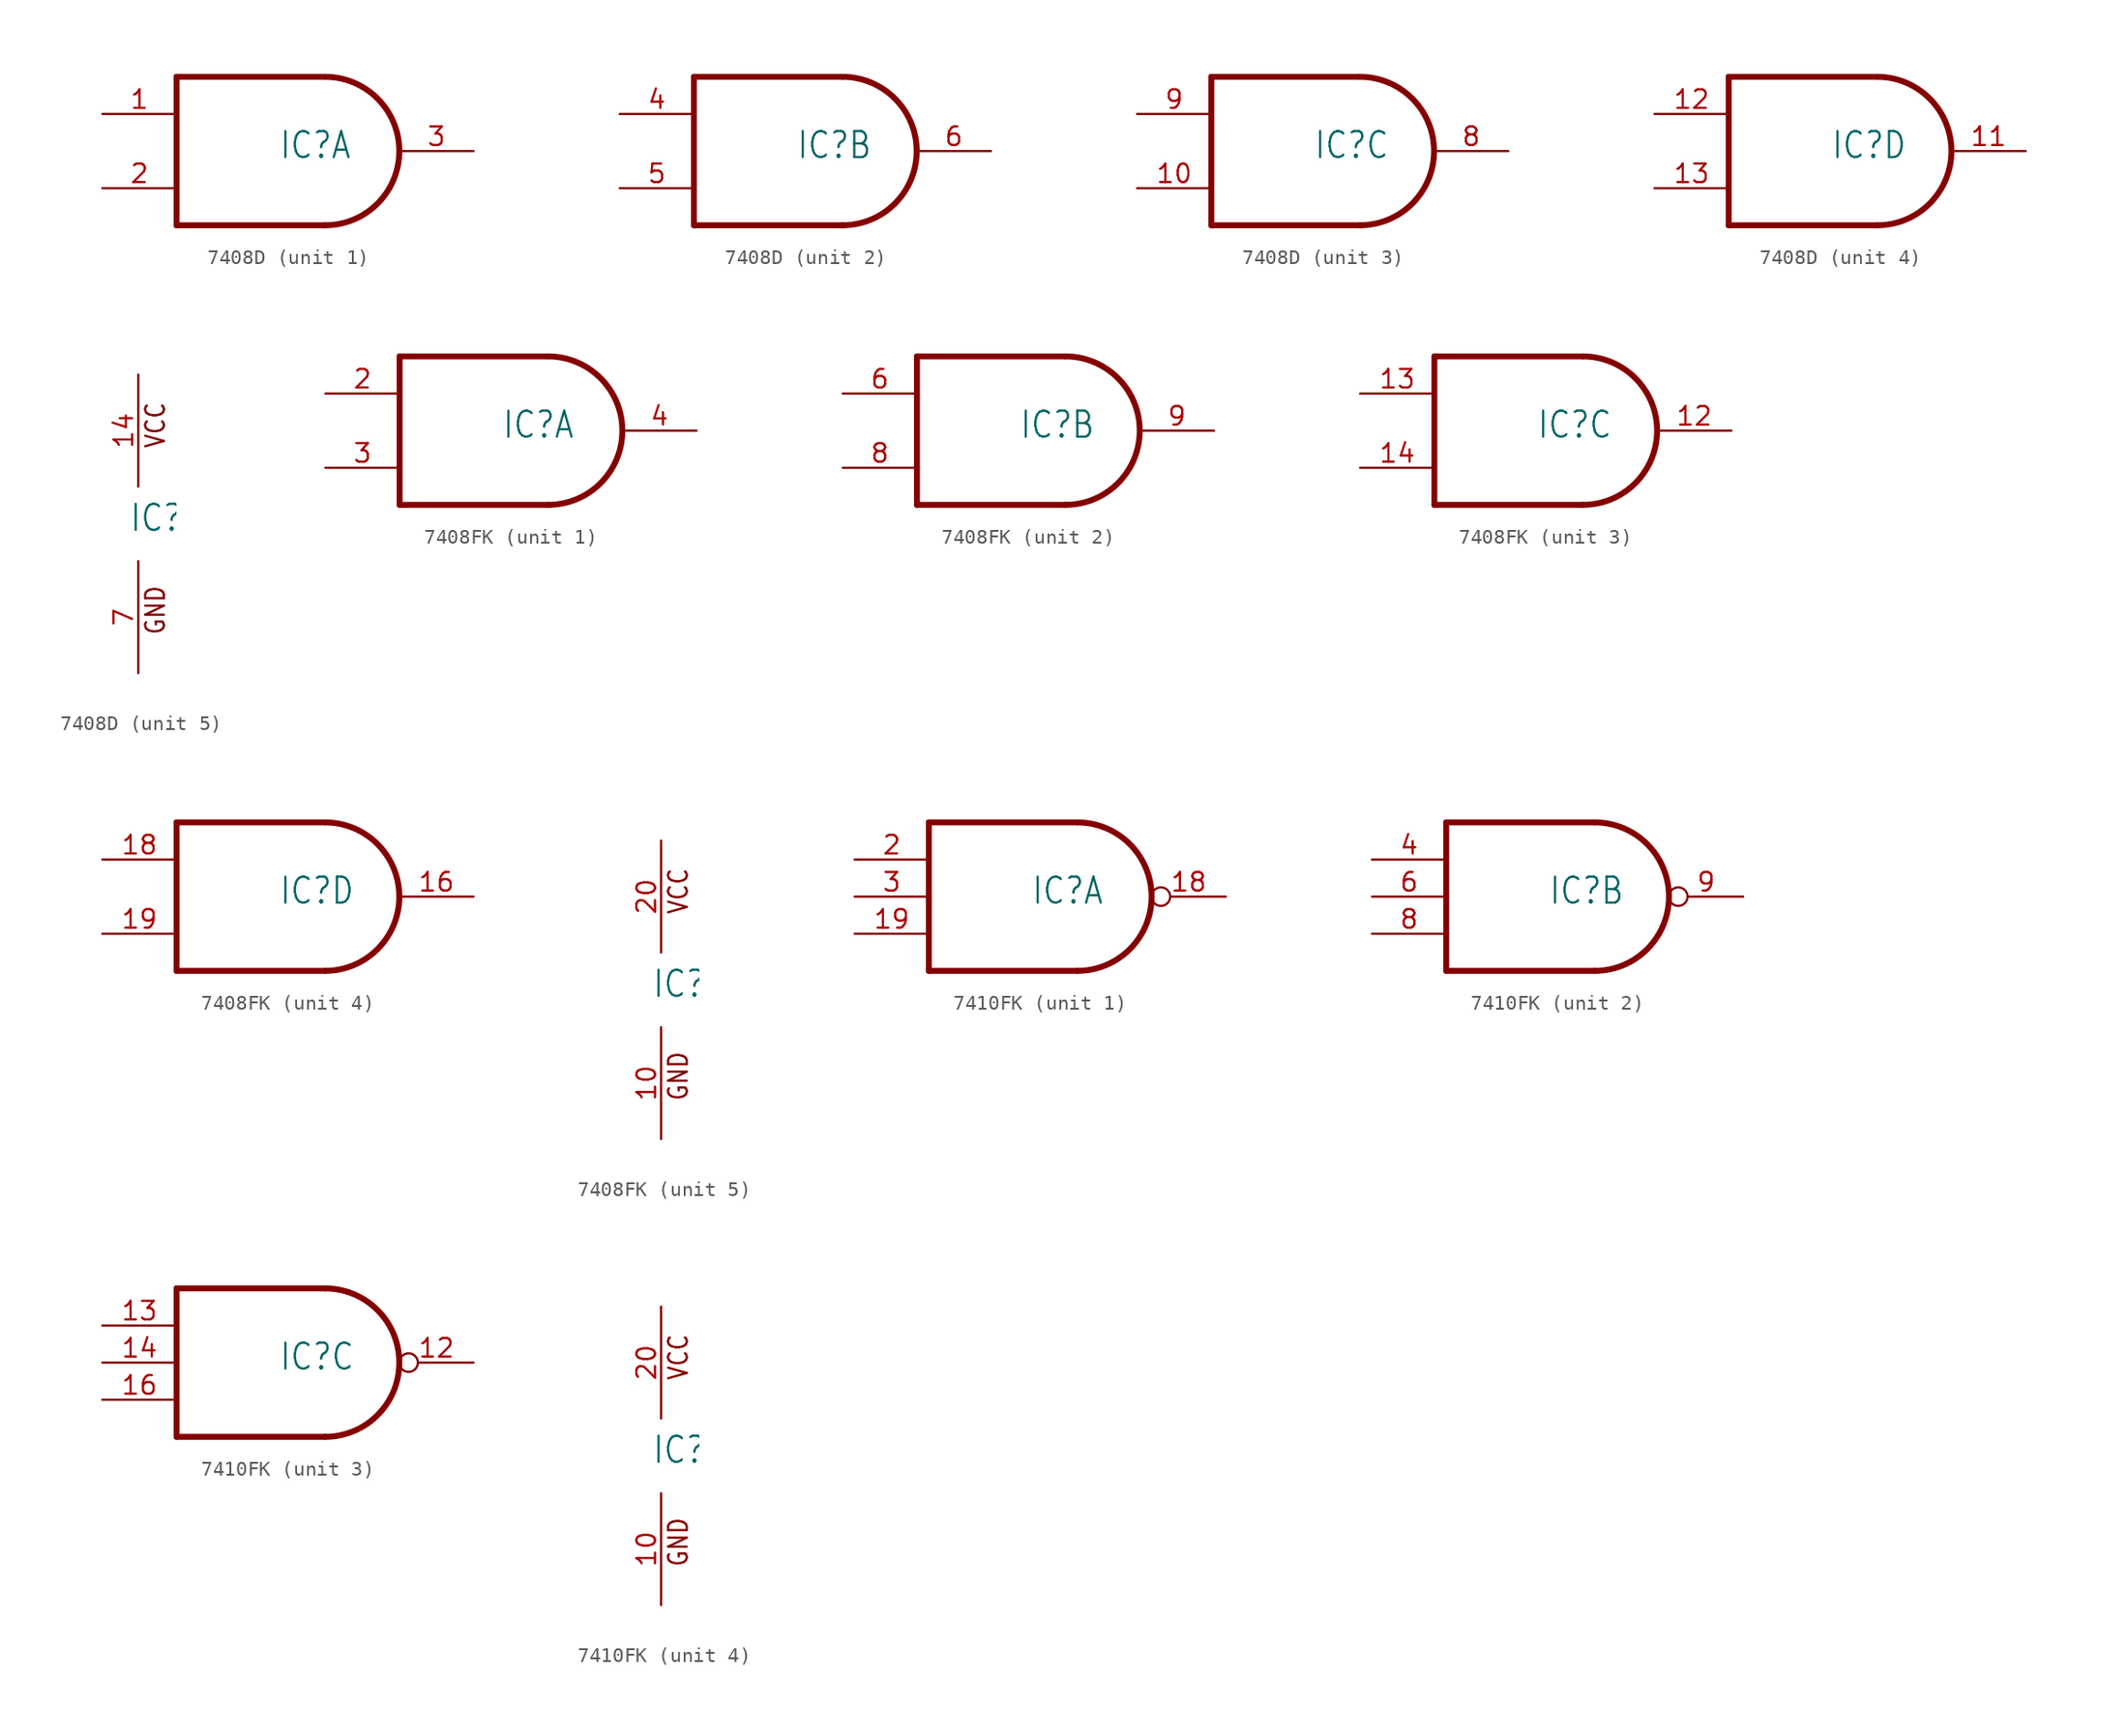
<source format=kicad_sym>
(kicad_symbol_lib
  (version 20231120)
  (generator "kicad_symbol_editor")
  (generator_version "8.0")
  (symbol "7408D"
    (property "Reference" "IC"
      (at -0.635 -0.635 0)
      (effects (font (size 1.778 1.511)) (justify left bottom)))
    (property "ki_locked" ""
      (at 0 0 0)
      (effects (font (size 1.27 1.27))))
    (symbol "7408D_1_0"
      (polyline (pts (xy -7.62 -5.08) (xy 2.54 -5.08)) (stroke (width 0.406) (type solid)) (fill (type none)))
      (polyline (pts (xy -7.62 5.08) (xy -7.62 -5.08)) (stroke (width 0.406) (type solid)) (fill (type none)))
      (polyline (pts (xy 2.54 5.08) (xy -7.62 5.08)) (stroke (width 0.406) (type solid)) (fill (type none)))
      (arc (start 2.5398 -5.08) (mid 7.5977 -0.0001) (end 2.54 5.08) (stroke (width 0.4064) (type solid)) (fill (type none)))
      (pin input line (at -12.7 2.54 0) (length 5.08) (name "I0" (effects (font (size 0 0)))) (number "1" (effects (font (size 1.27 1.27)))))
      (pin input line (at -12.7 -2.54 0) (length 5.08) (name "I1" (effects (font (size 0 0)))) (number "2" (effects (font (size 1.27 1.27)))))
      (pin output line (at 12.7 0 180) (length 5.08) (name "O" (effects (font (size 0 0)))) (number "3" (effects (font (size 1.27 1.27))))))
    (symbol "7408D_2_0"
      (polyline (pts (xy -7.62 -5.08) (xy 2.54 -5.08)) (stroke (width 0.406) (type solid)) (fill (type none)))
      (polyline (pts (xy -7.62 5.08) (xy -7.62 -5.08)) (stroke (width 0.406) (type solid)) (fill (type none)))
      (polyline (pts (xy 2.54 5.08) (xy -7.62 5.08)) (stroke (width 0.406) (type solid)) (fill (type none)))
      (arc (start 2.5398 -5.08) (mid 7.5977 -0.0001) (end 2.54 5.08) (stroke (width 0.4064) (type solid)) (fill (type none)))
      (pin input line (at -12.7 2.54 0) (length 5.08) (name "I0" (effects (font (size 0 0)))) (number "4" (effects (font (size 1.27 1.27)))))
      (pin input line (at -12.7 -2.54 0) (length 5.08) (name "I1" (effects (font (size 0 0)))) (number "5" (effects (font (size 1.27 1.27)))))
      (pin output line (at 12.7 0 180) (length 5.08) (name "O" (effects (font (size 0 0)))) (number "6" (effects (font (size 1.27 1.27))))))
    (symbol "7408D_3_0"
      (polyline (pts (xy -7.62 -5.08) (xy 2.54 -5.08)) (stroke (width 0.406) (type solid)) (fill (type none)))
      (polyline (pts (xy -7.62 5.08) (xy -7.62 -5.08)) (stroke (width 0.406) (type solid)) (fill (type none)))
      (polyline (pts (xy 2.54 5.08) (xy -7.62 5.08)) (stroke (width 0.406) (type solid)) (fill (type none)))
      (arc (start 2.5398 -5.08) (mid 7.5977 -0.0001) (end 2.54 5.08) (stroke (width 0.4064) (type solid)) (fill (type none)))
      (pin input line (at -12.7 -2.54 0) (length 5.08) (name "I1" (effects (font (size 0 0)))) (number "10" (effects (font (size 1.27 1.27)))))
      (pin output line (at 12.7 0 180) (length 5.08) (name "O" (effects (font (size 0 0)))) (number "8" (effects (font (size 1.27 1.27)))))
      (pin input line (at -12.7 2.54 0) (length 5.08) (name "I0" (effects (font (size 0 0)))) (number "9" (effects (font (size 1.27 1.27))))))
    (symbol "7408D_4_0"
      (polyline (pts (xy -7.62 -5.08) (xy 2.54 -5.08)) (stroke (width 0.406) (type solid)) (fill (type none)))
      (polyline (pts (xy -7.62 5.08) (xy -7.62 -5.08)) (stroke (width 0.406) (type solid)) (fill (type none)))
      (polyline (pts (xy 2.54 5.08) (xy -7.62 5.08)) (stroke (width 0.406) (type solid)) (fill (type none)))
      (arc (start 2.5398 -5.08) (mid 7.5977 -0.0001) (end 2.54 5.08) (stroke (width 0.4064) (type solid)) (fill (type none)))
      (pin output line (at 12.7 0 180) (length 5.08) (name "O" (effects (font (size 0 0)))) (number "11" (effects (font (size 1.27 1.27)))))
      (pin input line (at -12.7 2.54 0) (length 5.08) (name "I0" (effects (font (size 0 0)))) (number "12" (effects (font (size 1.27 1.27)))))
      (pin input line (at -12.7 -2.54 0) (length 5.08) (name "I1" (effects (font (size 0 0)))) (number "13" (effects (font (size 1.27 1.27))))))
    (symbol "7408D_5_0"
      (text "GND" (at 1.905 -7.62 900) (effects (font (size 1.27 1.079)) (justify left bottom)))
      (text "VCC" (at 1.905 5.08 900) (effects (font (size 1.27 1.079)) (justify left bottom)))
      (pin power_in line (at 0 10.16 270) (length 7.62) (name "VCC" (effects (font (size 0 0)))) (number "14" (effects (font (size 1.27 1.27)))))
      (pin power_in line (at 0 -10.16 90) (length 7.62) (name "GND" (effects (font (size 0 0)))) (number "7" (effects (font (size 1.27 1.27)))))))
  (symbol "7408FK"
    (property "Reference" "IC"
      (at -0.635 -0.635 0)
      (effects (font (size 1.778 1.511)) (justify left bottom)))
    (property "ki_locked" ""
      (at 0 0 0)
      (effects (font (size 1.27 1.27))))
    (symbol "7408FK_1_0"
      (polyline (pts (xy -7.62 -5.08) (xy 2.54 -5.08)) (stroke (width 0.406) (type solid)) (fill (type none)))
      (polyline (pts (xy -7.62 5.08) (xy -7.62 -5.08)) (stroke (width 0.406) (type solid)) (fill (type none)))
      (polyline (pts (xy 2.54 5.08) (xy -7.62 5.08)) (stroke (width 0.406) (type solid)) (fill (type none)))
      (arc (start 2.5398 -5.08) (mid 7.5977 -0.0001) (end 2.54 5.08) (stroke (width 0.4064) (type solid)) (fill (type none)))
      (pin input line (at -12.7 2.54 0) (length 5.08) (name "I0" (effects (font (size 0 0)))) (number "2" (effects (font (size 1.27 1.27)))))
      (pin input line (at -12.7 -2.54 0) (length 5.08) (name "I1" (effects (font (size 0 0)))) (number "3" (effects (font (size 1.27 1.27)))))
      (pin output line (at 12.7 0 180) (length 5.08) (name "O" (effects (font (size 0 0)))) (number "4" (effects (font (size 1.27 1.27))))))
    (symbol "7408FK_2_0"
      (polyline (pts (xy -7.62 -5.08) (xy 2.54 -5.08)) (stroke (width 0.406) (type solid)) (fill (type none)))
      (polyline (pts (xy -7.62 5.08) (xy -7.62 -5.08)) (stroke (width 0.406) (type solid)) (fill (type none)))
      (polyline (pts (xy 2.54 5.08) (xy -7.62 5.08)) (stroke (width 0.406) (type solid)) (fill (type none)))
      (arc (start 2.5398 -5.08) (mid 7.5977 -0.0001) (end 2.54 5.08) (stroke (width 0.4064) (type solid)) (fill (type none)))
      (pin input line (at -12.7 2.54 0) (length 5.08) (name "I0" (effects (font (size 0 0)))) (number "6" (effects (font (size 1.27 1.27)))))
      (pin input line (at -12.7 -2.54 0) (length 5.08) (name "I1" (effects (font (size 0 0)))) (number "8" (effects (font (size 1.27 1.27)))))
      (pin output line (at 12.7 0 180) (length 5.08) (name "O" (effects (font (size 0 0)))) (number "9" (effects (font (size 1.27 1.27))))))
    (symbol "7408FK_3_0"
      (polyline (pts (xy -7.62 -5.08) (xy 2.54 -5.08)) (stroke (width 0.406) (type solid)) (fill (type none)))
      (polyline (pts (xy -7.62 5.08) (xy -7.62 -5.08)) (stroke (width 0.406) (type solid)) (fill (type none)))
      (polyline (pts (xy 2.54 5.08) (xy -7.62 5.08)) (stroke (width 0.406) (type solid)) (fill (type none)))
      (arc (start 2.5398 -5.08) (mid 7.5977 -0.0001) (end 2.54 5.08) (stroke (width 0.4064) (type solid)) (fill (type none)))
      (pin output line (at 12.7 0 180) (length 5.08) (name "O" (effects (font (size 0 0)))) (number "12" (effects (font (size 1.27 1.27)))))
      (pin input line (at -12.7 2.54 0) (length 5.08) (name "I0" (effects (font (size 0 0)))) (number "13" (effects (font (size 1.27 1.27)))))
      (pin input line (at -12.7 -2.54 0) (length 5.08) (name "I1" (effects (font (size 0 0)))) (number "14" (effects (font (size 1.27 1.27))))))
    (symbol "7408FK_4_0"
      (polyline (pts (xy -7.62 -5.08) (xy 2.54 -5.08)) (stroke (width 0.406) (type solid)) (fill (type none)))
      (polyline (pts (xy -7.62 5.08) (xy -7.62 -5.08)) (stroke (width 0.406) (type solid)) (fill (type none)))
      (polyline (pts (xy 2.54 5.08) (xy -7.62 5.08)) (stroke (width 0.406) (type solid)) (fill (type none)))
      (arc (start 2.5398 -5.08) (mid 7.5977 -0.0001) (end 2.54 5.08) (stroke (width 0.4064) (type solid)) (fill (type none)))
      (pin output line (at 12.7 0 180) (length 5.08) (name "O" (effects (font (size 0 0)))) (number "16" (effects (font (size 1.27 1.27)))))
      (pin input line (at -12.7 2.54 0) (length 5.08) (name "I0" (effects (font (size 0 0)))) (number "18" (effects (font (size 1.27 1.27)))))
      (pin input line (at -12.7 -2.54 0) (length 5.08) (name "I1" (effects (font (size 0 0)))) (number "19" (effects (font (size 1.27 1.27))))))
    (symbol "7408FK_5_0"
      (text "GND" (at 1.905 -7.62 900) (effects (font (size 1.27 1.079)) (justify left bottom)))
      (text "VCC" (at 1.905 5.08 900) (effects (font (size 1.27 1.079)) (justify left bottom)))
      (pin power_in line (at 0 -10.16 90) (length 7.62) (name "GND" (effects (font (size 0 0)))) (number "10" (effects (font (size 1.27 1.27)))))
      (pin power_in line (at 0 10.16 270) (length 7.62) (name "VCC" (effects (font (size 0 0)))) (number "20" (effects (font (size 1.27 1.27)))))))
  (symbol "7410FK"
    (property "Reference" "IC"
      (at -0.635 -0.635 0)
      (effects (font (size 1.778 1.511)) (justify left bottom)))
    (property "ki_locked" ""
      (at 0 0 0)
      (effects (font (size 1.27 1.27))))
    (symbol "7410FK_1_0"
      (polyline (pts (xy -7.62 -5.08) (xy 2.54 -5.08)) (stroke (width 0.406) (type solid)) (fill (type none)))
      (polyline (pts (xy -7.62 5.08) (xy -7.62 -5.08)) (stroke (width 0.406) (type solid)) (fill (type none)))
      (polyline (pts (xy 2.54 5.08) (xy -7.62 5.08)) (stroke (width 0.406) (type solid)) (fill (type none)))
      (arc (start 2.5398 -5.08) (mid 7.5977 -0.0001) (end 2.54 5.08) (stroke (width 0.4064) (type solid)) (fill (type none)))
      (pin output inverted (at 12.7 0 180) (length 5.08) (name "O" (effects (font (size 0 0)))) (number "18" (effects (font (size 1.27 1.27)))))
      (pin input line (at -12.7 -2.54 0) (length 5.08) (name "I2" (effects (font (size 0 0)))) (number "19" (effects (font (size 1.27 1.27)))))
      (pin input line (at -12.7 2.54 0) (length 5.08) (name "I0" (effects (font (size 0 0)))) (number "2" (effects (font (size 1.27 1.27)))))
      (pin input line (at -12.7 0 0) (length 5.08) (name "I1" (effects (font (size 0 0)))) (number "3" (effects (font (size 1.27 1.27))))))
    (symbol "7410FK_2_0"
      (polyline (pts (xy -7.62 -5.08) (xy 2.54 -5.08)) (stroke (width 0.406) (type solid)) (fill (type none)))
      (polyline (pts (xy -7.62 5.08) (xy -7.62 -5.08)) (stroke (width 0.406) (type solid)) (fill (type none)))
      (polyline (pts (xy 2.54 5.08) (xy -7.62 5.08)) (stroke (width 0.406) (type solid)) (fill (type none)))
      (arc (start 2.5398 -5.08) (mid 7.5977 -0.0001) (end 2.54 5.08) (stroke (width 0.4064) (type solid)) (fill (type none)))
      (pin input line (at -12.7 2.54 0) (length 5.08) (name "I0" (effects (font (size 0 0)))) (number "4" (effects (font (size 1.27 1.27)))))
      (pin input line (at -12.7 0 0) (length 5.08) (name "I1" (effects (font (size 0 0)))) (number "6" (effects (font (size 1.27 1.27)))))
      (pin input line (at -12.7 -2.54 0) (length 5.08) (name "I2" (effects (font (size 0 0)))) (number "8" (effects (font (size 1.27 1.27)))))
      (pin output inverted (at 12.7 0 180) (length 5.08) (name "O" (effects (font (size 0 0)))) (number "9" (effects (font (size 1.27 1.27))))))
    (symbol "7410FK_3_0"
      (polyline (pts (xy -7.62 -5.08) (xy 2.54 -5.08)) (stroke (width 0.406) (type solid)) (fill (type none)))
      (polyline (pts (xy -7.62 5.08) (xy -7.62 -5.08)) (stroke (width 0.406) (type solid)) (fill (type none)))
      (polyline (pts (xy 2.54 5.08) (xy -7.62 5.08)) (stroke (width 0.406) (type solid)) (fill (type none)))
      (arc (start 2.5398 -5.08) (mid 7.5977 -0.0001) (end 2.54 5.08) (stroke (width 0.4064) (type solid)) (fill (type none)))
      (pin output inverted (at 12.7 0 180) (length 5.08) (name "O" (effects (font (size 0 0)))) (number "12" (effects (font (size 1.27 1.27)))))
      (pin input line (at -12.7 2.54 0) (length 5.08) (name "I0" (effects (font (size 0 0)))) (number "13" (effects (font (size 1.27 1.27)))))
      (pin input line (at -12.7 0 0) (length 5.08) (name "I1" (effects (font (size 0 0)))) (number "14" (effects (font (size 1.27 1.27)))))
      (pin input line (at -12.7 -2.54 0) (length 5.08) (name "I2" (effects (font (size 0 0)))) (number "16" (effects (font (size 1.27 1.27))))))
    (symbol "7410FK_4_0"
      (text "GND" (at 1.905 -7.62 900) (effects (font (size 1.27 1.079)) (justify left bottom)))
      (text "VCC" (at 1.905 5.08 900) (effects (font (size 1.27 1.079)) (justify left bottom)))
      (pin power_in line (at 0 -10.16 90) (length 7.62) (name "GND" (effects (font (size 0 0)))) (number "10" (effects (font (size 1.27 1.27)))))
      (pin power_in line (at 0 10.16 270) (length 7.62) (name "VCC" (effects (font (size 0 0)))) (number "20" (effects (font (size 1.27 1.27))))))))
</source>
